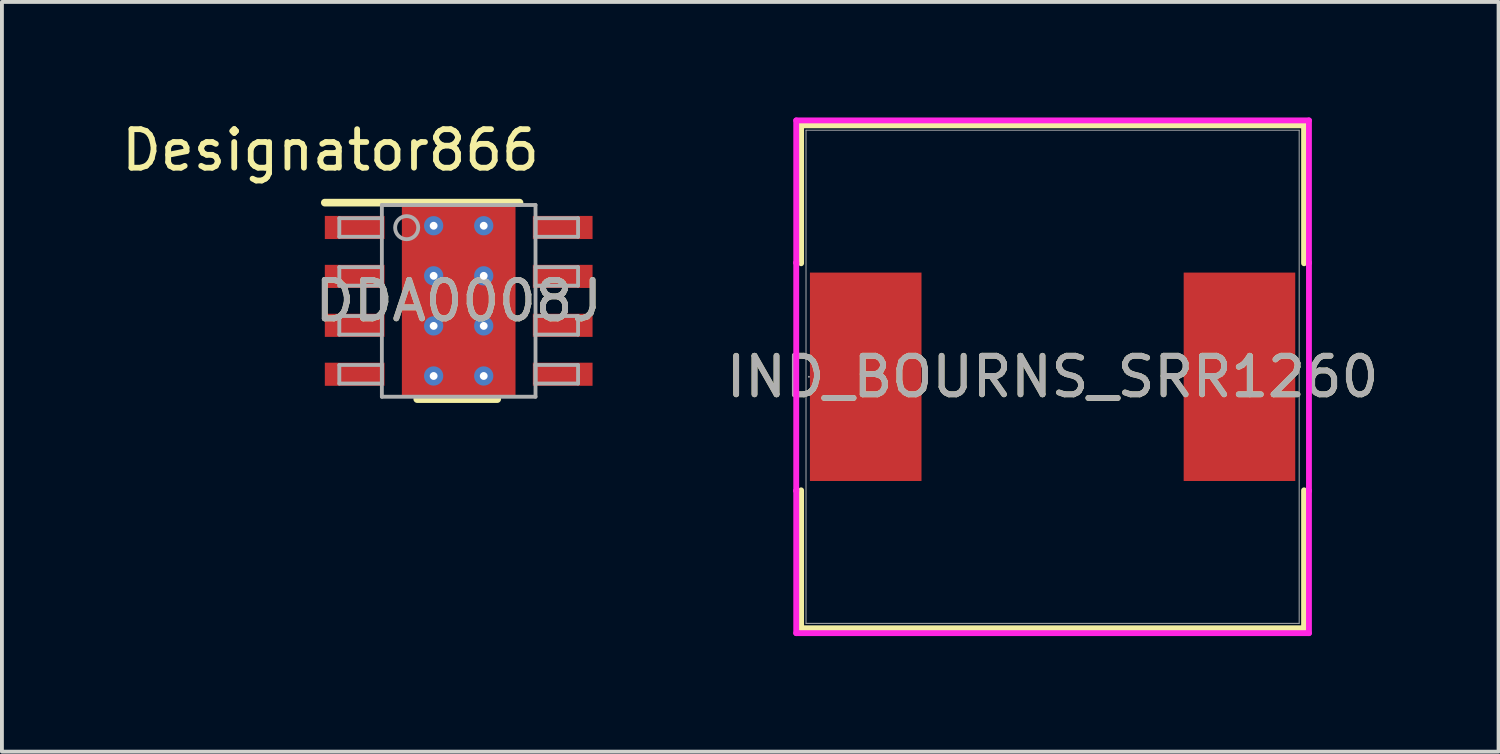
<source format=kicad_pcb>
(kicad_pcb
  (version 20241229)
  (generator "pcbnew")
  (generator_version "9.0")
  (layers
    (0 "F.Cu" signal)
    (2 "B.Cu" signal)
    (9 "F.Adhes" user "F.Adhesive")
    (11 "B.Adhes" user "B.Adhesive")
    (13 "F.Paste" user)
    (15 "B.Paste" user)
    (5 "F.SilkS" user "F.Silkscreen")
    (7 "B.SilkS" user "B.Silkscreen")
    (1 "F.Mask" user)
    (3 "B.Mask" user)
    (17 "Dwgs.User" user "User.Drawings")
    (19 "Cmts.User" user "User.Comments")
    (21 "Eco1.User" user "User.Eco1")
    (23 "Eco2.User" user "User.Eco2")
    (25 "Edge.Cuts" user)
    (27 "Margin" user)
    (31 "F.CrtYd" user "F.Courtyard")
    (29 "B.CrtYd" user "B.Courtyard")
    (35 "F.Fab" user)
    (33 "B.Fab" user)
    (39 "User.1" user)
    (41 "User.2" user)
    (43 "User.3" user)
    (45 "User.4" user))
  (footprint "IND_BOURNS_SRR1260"
    (layer "F.Cu")
    (at 24.274 6.731)
    (property "Reference" "IND_BOURNS_SRR1260" (at 0 0 0) (unlocked yes) (layer "F.SilkS") (effects (font (size 1 1) (thickness 0.15))))
    (attr smd)
    (fp_line (start -6.528 -6.528) (end -6.528 -2.947) (stroke (width 0.152) (type solid)) (layer "F.SilkS"))
    (fp_line (start -6.528 2.947) (end -6.528 6.528) (stroke (width 0.152) (type solid)) (layer "F.SilkS"))
    (fp_line (start -6.528 6.528) (end 6.528 6.528) (stroke (width 0.152) (type solid)) (layer "F.SilkS"))
    (fp_line (start 6.528 -6.528) (end -6.528 -6.528) (stroke (width 0.152) (type solid)) (layer "F.SilkS"))
    (fp_line (start 6.528 -2.947) (end 6.528 -6.528) (stroke (width 0.152) (type solid)) (layer "F.SilkS"))
    (fp_line (start 6.528 6.528) (end 6.528 2.947) (stroke (width 0.152) (type solid)) (layer "F.SilkS"))
    (fp_line (start -6.655 -6.655) (end 6.655 -6.655) (stroke (width 0.152) (type solid)) (layer "F.CrtYd"))
    (fp_line (start -6.655 -2.959) (end -6.655 -6.655) (stroke (width 0.152) (type solid)) (layer "F.CrtYd"))
    (fp_line (start -6.655 -2.959) (end -6.655 -2.959) (stroke (width 0.152) (type solid)) (layer "F.CrtYd"))
    (fp_line (start -6.655 2.959) (end -6.655 -2.959) (stroke (width 0.152) (type solid)) (layer "F.CrtYd"))
    (fp_line (start -6.655 2.959) (end -6.655 2.959) (stroke (width 0.152) (type solid)) (layer "F.CrtYd"))
    (fp_line (start -6.655 6.655) (end -6.655 2.959) (stroke (width 0.152) (type solid)) (layer "F.CrtYd"))
    (fp_line (start 6.655 -6.655) (end 6.655 -2.959) (stroke (width 0.152) (type solid)) (layer "F.CrtYd"))
    (fp_line (start 6.655 -2.959) (end 6.655 -2.959) (stroke (width 0.152) (type solid)) (layer "F.CrtYd"))
    (fp_line (start 6.655 -2.959) (end 6.655 2.959) (stroke (width 0.152) (type solid)) (layer "F.CrtYd"))
    (fp_line (start 6.655 2.959) (end 6.655 2.959) (stroke (width 0.152) (type solid)) (layer "F.CrtYd"))
    (fp_line (start 6.655 2.959) (end 6.655 6.655) (stroke (width 0.152) (type solid)) (layer "F.CrtYd"))
    (fp_line (start 6.655 6.655) (end -6.655 6.655) (stroke (width 0.152) (type solid)) (layer "F.CrtYd"))
    (fp_line (start -6.401 -6.401) (end -6.401 6.401) (stroke (width 0.025) (type solid)) (layer "F.Fab"))
    (fp_line (start -6.401 6.401) (end 6.401 6.401) (stroke (width 0.025) (type solid)) (layer "F.Fab"))
    (fp_line (start 6.401 -6.401) (end -6.401 -6.401) (stroke (width 0.025) (type solid)) (layer "F.Fab"))
    (fp_line (start 6.401 6.401) (end 6.401 -6.401) (stroke (width 0.025) (type solid)) (layer "F.Fab"))
    (fp_circle (center -6.325 0) (end -6.325 0) (stroke (width 0.025) (type solid)) (fill no) (layer "F.Fab"))
    (fp_text user "${REFERENCE}" (at 0 0 0) (unlocked yes) (layer "F.Fab") (effects (font (size 1 1) (thickness 0.15))))
    (pad "1" smd rect (at -4.851 0) (size 2.896 5.41) (layers "F.Cu" "F.Mask" "F.Paste"))
    (pad "2" smd rect (at 4.851 0) (size 2.896 5.41) (layers "F.Cu" "F.Mask" "F.Paste"))
    (zone (net_name "") (layer "F.Cu") (hatch full 0.508) (connect_pads) (min_thickness 0.254) (filled_areas_thickness no) (keepout (tracks not_allowed) (vias not_allowed) (pads allowed) (copperpour not_allowed) (footprints allowed)) (placement (enabled no)) (fill) (polygon (pts (xy 20.921 0.381) (xy 27.627 0.381) (xy 27.627 13.081) (xy 20.921 13.081)))))
  (footprint "DDA0008J"
    (layer "F.Cu")
    (at 8.857 4.76)
    (property "Reference" "DDA0008J" (at 0 0 0) (unlocked yes) (layer "F.SilkS") (effects (font (size 1 1) (thickness 0.15))))
    (attr smd)
    (fp_poly (pts (xy -1.3 1.55) (xy 1.3 1.55) (xy 1.3 -1.55) (xy -1.3 -1.55)) (stroke (width 0) (type solid)) (fill yes) (layer "F.Mask"))
    (fp_line (start -3.475 -2.55) (end 1.579 -2.55) (stroke (width 0.2) (type solid)) (layer "F.SilkS"))
    (fp_line (start -1.075 2.55) (end 1 2.55) (stroke (width 0.2) (type solid)) (layer "F.SilkS"))
    (fp_poly (pts (xy -1.3 1.55) (xy 1.3 1.55) (xy 1.3 -1.55) (xy -1.3 -1.55)) (stroke (width 0) (type solid)) (fill yes) (layer "F.Paste"))
    (fp_line (start -3.099 -2.146) (end -1.994 -2.146) (stroke (width 0.1) (type solid)) (layer "F.Fab"))
    (fp_line (start -3.099 -1.664) (end -3.099 -2.146) (stroke (width 0.1) (type solid)) (layer "F.Fab"))
    (fp_line (start -3.099 -1.664) (end -1.994 -1.664) (stroke (width 0.1) (type solid)) (layer "F.Fab"))
    (fp_line (start -3.099 -0.876) (end -1.994 -0.876) (stroke (width 0.1) (type solid)) (layer "F.Fab"))
    (fp_line (start -3.099 -0.394) (end -3.099 -0.876) (stroke (width 0.1) (type solid)) (layer "F.Fab"))
    (fp_line (start -3.099 -0.394) (end -1.994 -0.394) (stroke (width 0.1) (type solid)) (layer "F.Fab"))
    (fp_line (start -3.099 0.394) (end -1.994 0.394) (stroke (width 0.1) (type solid)) (layer "F.Fab"))
    (fp_line (start -3.099 0.876) (end -3.099 0.394) (stroke (width 0.1) (type solid)) (layer "F.Fab"))
    (fp_line (start -3.099 0.876) (end -1.994 0.876) (stroke (width 0.1) (type solid)) (layer "F.Fab"))
    (fp_line (start -3.099 1.664) (end -1.994 1.664) (stroke (width 0.1) (type solid)) (layer "F.Fab"))
    (fp_line (start -3.099 2.146) (end -3.099 1.664) (stroke (width 0.1) (type solid)) (layer "F.Fab"))
    (fp_line (start -3.099 2.146) (end -1.994 2.146) (stroke (width 0.1) (type solid)) (layer "F.Fab"))
    (fp_line (start -1.994 -2.489) (end 1.994 -2.489) (stroke (width 0.1) (type solid)) (layer "F.Fab"))
    (fp_line (start -1.994 -1.664) (end -1.994 -2.146) (stroke (width 0.1) (type solid)) (layer "F.Fab"))
    (fp_line (start -1.994 -0.394) (end -1.994 -0.876) (stroke (width 0.1) (type solid)) (layer "F.Fab"))
    (fp_line (start -1.994 0.876) (end -1.994 0.394) (stroke (width 0.1) (type solid)) (layer "F.Fab"))
    (fp_line (start -1.994 2.146) (end -1.994 1.664) (stroke (width 0.1) (type solid)) (layer "F.Fab"))
    (fp_line (start -1.994 2.489) (end -1.994 -2.489) (stroke (width 0.1) (type solid)) (layer "F.Fab"))
    (fp_line (start -1.994 2.489) (end 1.994 2.489) (stroke (width 0.1) (type solid)) (layer "F.Fab"))
    (fp_line (start 1.994 -2.146) (end 3.099 -2.146) (stroke (width 0.1) (type solid)) (layer "F.Fab"))
    (fp_line (start 1.994 -1.664) (end 1.994 -2.146) (stroke (width 0.1) (type solid)) (layer "F.Fab"))
    (fp_line (start 1.994 -1.664) (end 3.099 -1.664) (stroke (width 0.1) (type solid)) (layer "F.Fab"))
    (fp_line (start 1.994 -0.876) (end 3.099 -0.876) (stroke (width 0.1) (type solid)) (layer "F.Fab"))
    (fp_line (start 1.994 -0.394) (end 1.994 -0.876) (stroke (width 0.1) (type solid)) (layer "F.Fab"))
    (fp_line (start 1.994 -0.394) (end 3.099 -0.394) (stroke (width 0.1) (type solid)) (layer "F.Fab"))
    (fp_line (start 1.994 0.394) (end 3.099 0.394) (stroke (width 0.1) (type solid)) (layer "F.Fab"))
    (fp_line (start 1.994 0.876) (end 1.994 0.394) (stroke (width 0.1) (type solid)) (layer "F.Fab"))
    (fp_line (start 1.994 0.876) (end 3.099 0.876) (stroke (width 0.1) (type solid)) (layer "F.Fab"))
    (fp_line (start 1.994 1.664) (end 3.099 1.664) (stroke (width 0.1) (type solid)) (layer "F.Fab"))
    (fp_line (start 1.994 2.146) (end 1.994 1.664) (stroke (width 0.1) (type solid)) (layer "F.Fab"))
    (fp_line (start 1.994 2.146) (end 3.099 2.146) (stroke (width 0.1) (type solid)) (layer "F.Fab"))
    (fp_line (start 1.994 2.489) (end 1.994 -2.489) (stroke (width 0.1) (type solid)) (layer "F.Fab"))
    (fp_line (start 3.099 -1.664) (end 3.099 -2.146) (stroke (width 0.1) (type solid)) (layer "F.Fab"))
    (fp_line (start 3.099 -0.394) (end 3.099 -0.876) (stroke (width 0.1) (type solid)) (layer "F.Fab"))
    (fp_line (start 3.099 0.876) (end 3.099 0.394) (stroke (width 0.1) (type solid)) (layer "F.Fab"))
    (fp_line (start 3.099 2.146) (end 3.099 1.664) (stroke (width 0.1) (type solid)) (layer "F.Fab"))
    (fp_circle (center -1.35 -1.9) (end -1.05 -1.9) (stroke (width 0.1) (type solid)) (fill no) (layer "F.Fab"))
    (fp_text user "Designator866" (at -3.327 -3.912 0) (unlocked yes) (layer "F.SilkS") (effects (font (size 1 1) (thickness 0.15))))
    (fp_text user "${REFERENCE}" (at 0 0 0) (unlocked yes) (layer "F.Fab") (effects (font (size 1 1) (thickness 0.15))))
    (pad "1" smd rect (at -2.7 -1.905 90) (size 0.6 1.55) (layers "F.Cu" "F.Mask" "F.Paste"))
    (pad "2" smd rect (at -2.7 -0.635 90) (size 0.6 1.55) (layers "F.Cu" "F.Mask" "F.Paste"))
    (pad "3" smd rect (at -2.7 0.635 90) (size 0.6 1.55) (layers "F.Cu" "F.Mask" "F.Paste"))
    (pad "4" smd rect (at -2.7 1.905 90) (size 0.6 1.55) (layers "F.Cu" "F.Mask" "F.Paste"))
    (pad "5" smd rect (at 2.7 1.905 90) (size 0.6 1.55) (layers "F.Cu" "F.Mask" "F.Paste"))
    (pad "6" smd rect (at 2.7 0.635 90) (size 0.6 1.55) (layers "F.Cu" "F.Mask" "F.Paste"))
    (pad "7" smd rect (at 2.7 -0.635 90) (size 0.6 1.55) (layers "F.Cu" "F.Mask" "F.Paste"))
    (pad "8" smd rect (at 2.7 -1.905 90) (size 0.6 1.55) (layers "F.Cu" "F.Mask" "F.Paste"))
    (pad "9" smd rect (at 0 0) (size 2.95 4.9) (layers "F.Cu"))
    (pad "10" thru_hole circle (at -0.65 -0.65) (size 0.5 0.5) (drill 0.203) (layers "*.Cu" "*.Mask"))
    (pad "11" thru_hole circle (at 0.65 -0.65) (size 0.5 0.5) (drill 0.203) (layers "*.Cu" "*.Mask"))
    (pad "12" thru_hole circle (at -0.65 0.65) (size 0.5 0.5) (drill 0.203) (layers "*.Cu" "*.Mask"))
    (pad "13" thru_hole circle (at 0.65 0.65) (size 0.5 0.5) (drill 0.203) (layers "*.Cu" "*.Mask"))
    (pad "14" thru_hole circle (at -0.65 1.95) (size 0.5 0.5) (drill 0.203) (layers "*.Cu" "*.Mask"))
    (pad "15" thru_hole circle (at 0.65 1.95) (size 0.5 0.5) (drill 0.203) (layers "*.Cu" "*.Mask"))
    (pad "16" thru_hole circle (at -0.65 -1.95) (size 0.5 0.5) (drill 0.203) (layers "*.Cu" "*.Mask"))
    (pad "17" thru_hole circle (at 0.65 -1.95) (size 0.5 0.5) (drill 0.203) (layers "*.Cu" "*.Mask")))
  (gr_rect
    (start -3 -3)
    (end 35.851 16.462)
    (stroke (width 0.1) (type default))
    (fill no)
    (layer "Edge.Cuts")))
</source>
